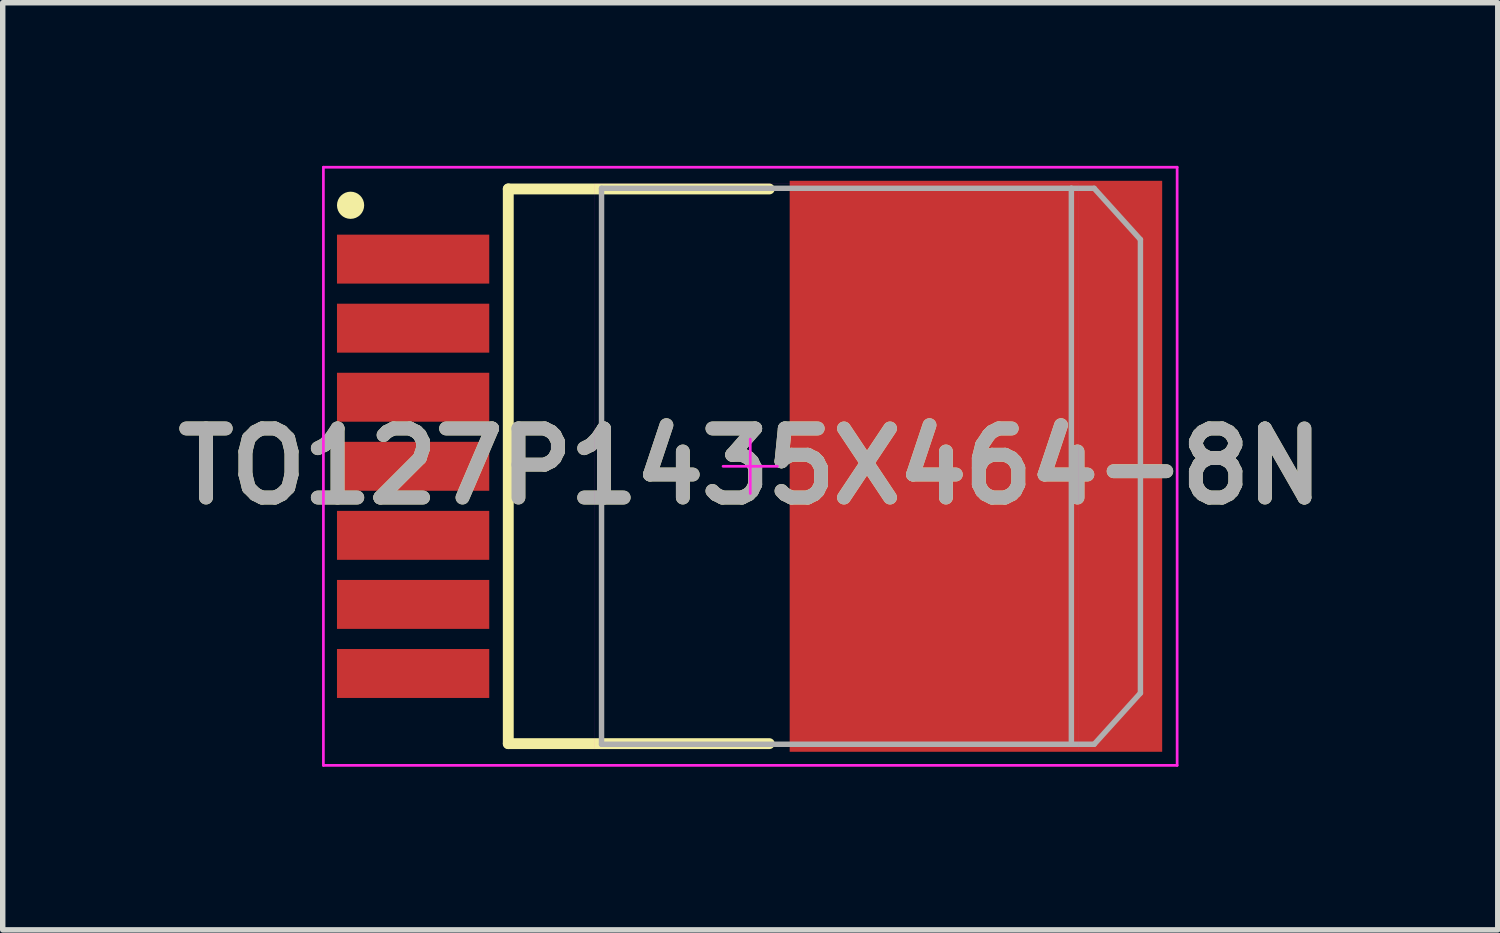
<source format=kicad_pcb>
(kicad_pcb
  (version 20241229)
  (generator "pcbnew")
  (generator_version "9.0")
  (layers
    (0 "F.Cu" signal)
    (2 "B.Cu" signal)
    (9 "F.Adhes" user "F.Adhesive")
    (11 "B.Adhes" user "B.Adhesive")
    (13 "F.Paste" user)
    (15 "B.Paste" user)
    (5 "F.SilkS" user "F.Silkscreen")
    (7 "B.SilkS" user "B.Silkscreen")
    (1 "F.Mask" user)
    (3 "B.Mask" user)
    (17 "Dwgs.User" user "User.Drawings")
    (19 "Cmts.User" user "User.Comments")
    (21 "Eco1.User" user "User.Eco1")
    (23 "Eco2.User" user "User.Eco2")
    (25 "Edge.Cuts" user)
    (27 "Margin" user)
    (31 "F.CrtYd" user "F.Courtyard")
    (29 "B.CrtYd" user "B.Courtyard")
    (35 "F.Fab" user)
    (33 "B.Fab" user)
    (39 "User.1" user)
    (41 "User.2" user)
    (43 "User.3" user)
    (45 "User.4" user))
  (footprint "TO127P1435X464-8N"
    (layer "F.Cu")
    (at 10.747 5.525)
    (property "Reference" "TO127P1435X464-8N" (at 0 0 0) (layer "F.SilkS") (effects (font (size 1.27 1.27) (thickness 0.254))))
    (attr smd)
    (fp_line (start -4.45 -5.1) (end 0.35 -5.1) (stroke (width 0.2) (type solid)) (layer "F.SilkS"))
    (fp_line (start -4.45 5.1) (end -4.45 -5.1) (stroke (width 0.2) (type solid)) (layer "F.SilkS"))
    (fp_line (start 0.35 5.1) (end -4.45 5.1) (stroke (width 0.2) (type solid)) (layer "F.SilkS"))
    (fp_circle (center -7.35 -4.8) (end -7.35 -4.675) (stroke (width 0.25) (type solid)) (fill no) (layer "F.SilkS"))
    (fp_line (start -7.85 -5.5) (end -7.85 5.5) (stroke (width 0.05) (type solid)) (layer "F.CrtYd"))
    (fp_line (start -7.85 5.5) (end 7.85 5.5) (stroke (width 0.05) (type solid)) (layer "F.CrtYd"))
    (fp_line (start -2.86 -5.205) (end -2.86 5.205) (stroke (width 0.001) (type solid)) (layer "F.CrtYd"))
    (fp_line (start -2.86 5.205) (end 6.03 5.205) (stroke (width 0.001) (type solid)) (layer "F.CrtYd"))
    (fp_line (start -0.5 0) (end 0.5 0) (stroke (width 0.05) (type solid)) (layer "F.CrtYd"))
    (fp_line (start 0 0.5) (end 0 -0.5) (stroke (width 0.05) (type solid)) (layer "F.CrtYd"))
    (fp_line (start 6.03 -5.205) (end -2.86 -5.205) (stroke (width 0.001) (type solid)) (layer "F.CrtYd"))
    (fp_line (start 6.03 5.205) (end 6.03 -5.205) (stroke (width 0.001) (type solid)) (layer "F.CrtYd"))
    (fp_line (start 7.85 -5.5) (end -7.85 -5.5) (stroke (width 0.05) (type solid)) (layer "F.CrtYd"))
    (fp_line (start 7.85 5.5) (end 7.85 -5.5) (stroke (width 0.05) (type solid)) (layer "F.CrtYd"))
    (fp_line (start -2.735 -5.112) (end -2.735 5.112) (stroke (width 0.1) (type solid)) (layer "F.Fab"))
    (fp_line (start -2.735 5.112) (end 5.905 5.112) (stroke (width 0.1) (type solid)) (layer "F.Fab"))
    (fp_line (start 5.905 -5.112) (end -2.735 -5.112) (stroke (width 0.1) (type solid)) (layer "F.Fab"))
    (fp_line (start 5.905 5.112) (end 5.905 -5.112) (stroke (width 0.1) (type solid)) (layer "F.Fab"))
    (fp_line (start 5.905 5.112) (end 6.324 5.112) (stroke (width 0.1) (type solid)) (layer "F.Fab"))
    (fp_line (start 6.324 -5.112) (end 5.905 -5.112) (stroke (width 0.1) (type solid)) (layer "F.Fab"))
    (fp_line (start 6.324 5.112) (end 7.175 4.17) (stroke (width 0.1) (type solid)) (layer "F.Fab"))
    (fp_line (start 7.175 -4.17) (end 6.324 -5.112) (stroke (width 0.1) (type solid)) (layer "F.Fab"))
    (fp_line (start 7.175 4.17) (end 7.175 -4.17) (stroke (width 0.1) (type solid)) (layer "F.Fab"))
    (fp_text user "${REFERENCE}" (at 0 0 0) (layer "F.Fab") (effects (font (size 1.27 1.27) (thickness 0.254))))
    (pad "1" smd rect (at -6.2 -3.81 90) (size 0.9 2.8) (layers "F.Cu" "F.Mask" "F.Paste"))
    (pad "2" smd rect (at -6.2 -2.54 90) (size 0.9 2.8) (layers "F.Cu" "F.Mask" "F.Paste"))
    (pad "3" smd rect (at -6.2 -1.27 90) (size 0.9 2.8) (layers "F.Cu" "F.Mask" "F.Paste"))
    (pad "4" smd rect (at -6.2 0 90) (size 0.9 2.8) (layers "F.Cu" "F.Mask" "F.Paste"))
    (pad "5" smd rect (at -6.2 1.27 90) (size 0.9 2.8) (layers "F.Cu" "F.Mask" "F.Paste"))
    (pad "6" smd rect (at -6.2 2.54 90) (size 0.9 2.8) (layers "F.Cu" "F.Mask" "F.Paste"))
    (pad "7" smd rect (at -6.2 3.81 90) (size 0.9 2.8) (layers "F.Cu" "F.Mask" "F.Paste"))
    (pad "8" smd rect (at 4.15 0) (size 6.85 10.5) (layers "F.Cu" "F.Mask" "F.Paste")))
  (gr_rect
    (start -3 -3)
    (end 24.493 14.05)
    (stroke (width 0.1) (type default))
    (fill no)
    (layer "Edge.Cuts")))
</source>
